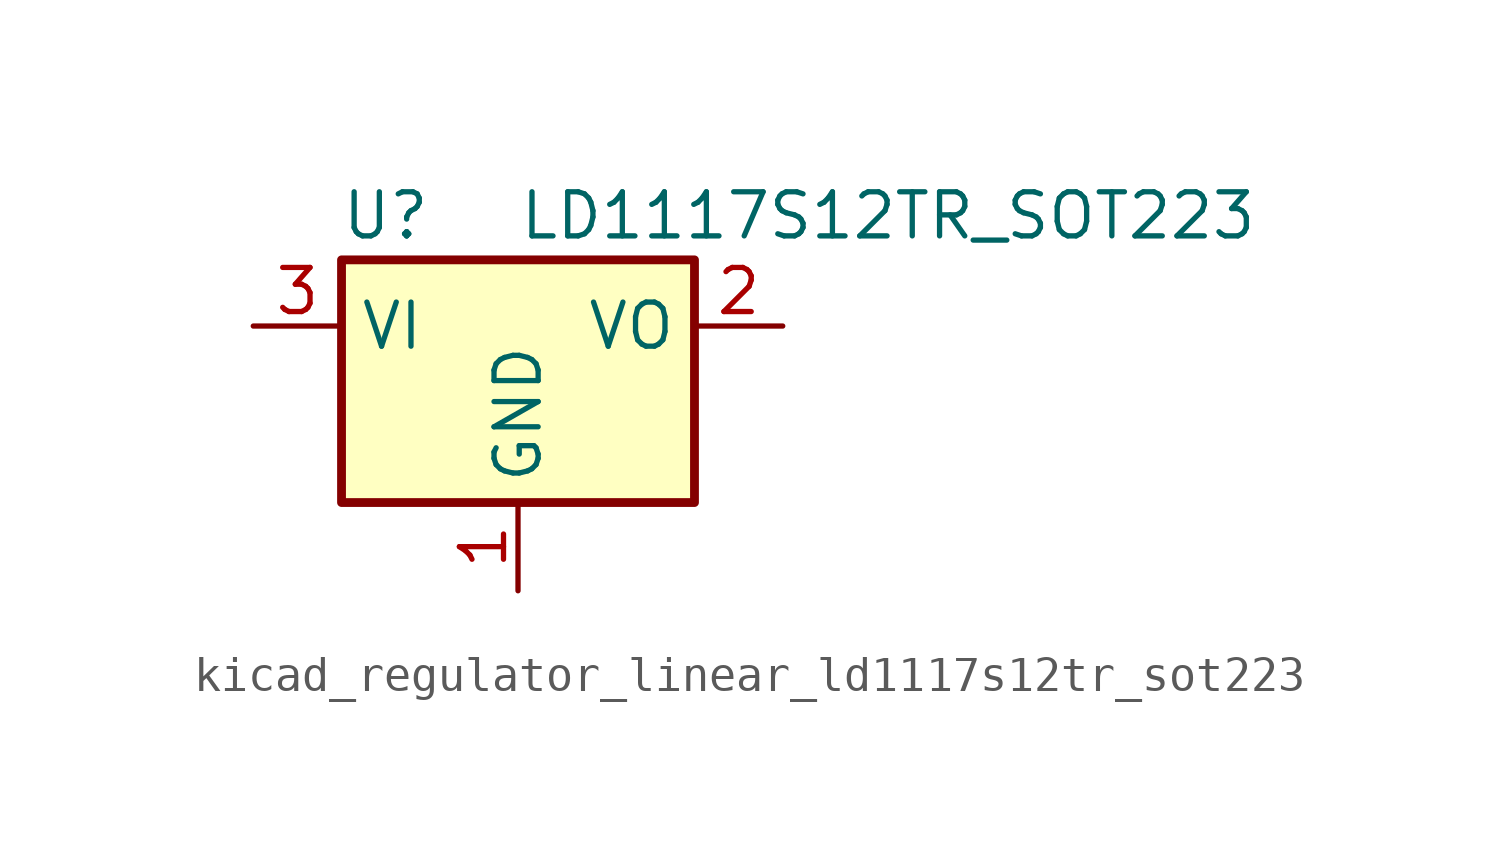
<source format=kicad_sym>
(kicad_symbol_lib
  (version 20220914)
  (generator kicad_symbol_editor)
  (symbol "kicad_regulator_linear_ld1117s12tr_sot223"
    (property "Reference" "U"
      (at -3.81 3.175 0)
      (effects (font (size 1.27 1.27))))
    (property "Value" "LD1117S12TR_SOT223"
      (at 0 3.175 0)
      (effects (font (size 1.27 1.27)) (justify left)))
    (symbol "kicad_regulator_linear_ld1117s12tr_sot223_0_1"
      (rectangle (start -5.08 -5.08) (end 5.08 1.905) (stroke (width 0.254) (type default)) (fill (type background))))
    (symbol "kicad_regulator_linear_ld1117s12tr_sot223_1_1"
      (pin power_in line (at 0 -7.62 90) (length 2.54) (name "GND" (effects (font (size 1.27 1.27)))) (number "1" (effects (font (size 1.27 1.27)))))
      (pin power_out line (at 7.62 0 180) (length 2.54) (name "VO" (effects (font (size 1.27 1.27)))) (number "2" (effects (font (size 1.27 1.27)))))
      (pin power_in line (at -7.62 0 0) (length 2.54) (name "VI" (effects (font (size 1.27 1.27)))) (number "3" (effects (font (size 1.27 1.27))))))))
</source>
